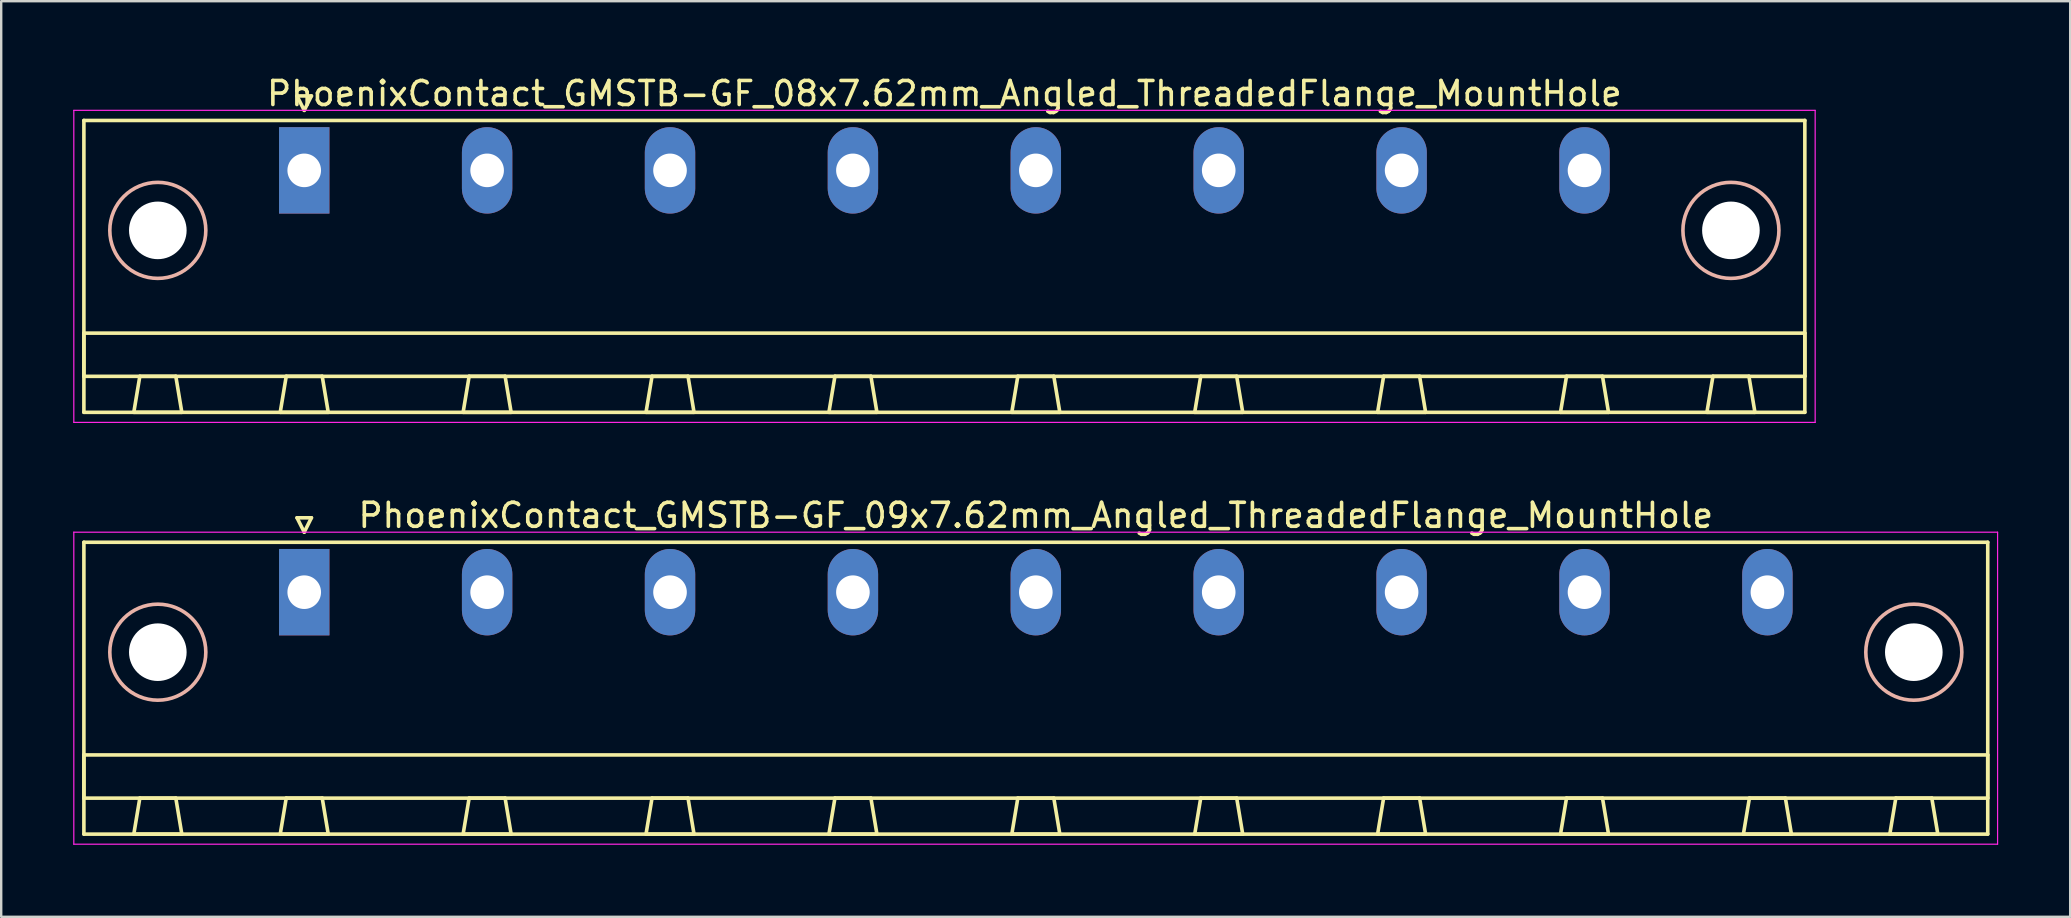
<source format=kicad_pcb>
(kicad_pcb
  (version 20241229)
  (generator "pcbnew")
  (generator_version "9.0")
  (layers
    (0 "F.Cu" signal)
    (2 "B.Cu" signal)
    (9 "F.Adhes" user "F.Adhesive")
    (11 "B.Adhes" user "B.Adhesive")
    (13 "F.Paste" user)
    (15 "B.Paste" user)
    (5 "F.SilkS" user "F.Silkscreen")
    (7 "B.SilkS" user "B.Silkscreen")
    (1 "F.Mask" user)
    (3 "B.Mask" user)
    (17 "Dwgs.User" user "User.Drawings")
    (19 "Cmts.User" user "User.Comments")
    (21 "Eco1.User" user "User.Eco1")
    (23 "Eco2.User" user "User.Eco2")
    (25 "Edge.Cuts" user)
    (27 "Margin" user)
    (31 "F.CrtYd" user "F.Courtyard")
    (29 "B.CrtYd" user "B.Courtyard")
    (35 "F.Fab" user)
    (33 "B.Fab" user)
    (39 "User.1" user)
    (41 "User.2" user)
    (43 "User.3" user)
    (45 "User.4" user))
  (footprint "PhoenixContact_GMSTB-GF_08x7.62mm_Angled_ThreadedFlange_MountHole"
    (layer "F.Cu")
    (at 9.625 4.048)
    (property "Reference" "PhoenixContact_GMSTB-GF_08x7.62mm_Angled_ThreadedFlange_MountHole" (at 26.67 -3.2 0) (layer "F.SilkS") (effects (font (size 1 1) (thickness 0.15))))
    (attr through_hole)
    (fp_line (start -9.18 -2.08) (end -9.18 10.08) (stroke (width 0.15) (type solid)) (layer "F.SilkS"))
    (fp_line (start -9.18 6.78) (end 62.52 6.78) (stroke (width 0.15) (type solid)) (layer "F.SilkS"))
    (fp_line (start -9.18 8.58) (end -9.18 6.78) (stroke (width 0.15) (type solid)) (layer "F.SilkS"))
    (fp_line (start -9.18 10.08) (end 62.52 10.08) (stroke (width 0.15) (type solid)) (layer "F.SilkS"))
    (fp_line (start -7.1 10.08) (end -5.1 10.08) (stroke (width 0.15) (type solid)) (layer "F.SilkS"))
    (fp_line (start -6.85 8.58) (end -7.1 10.08) (stroke (width 0.15) (type solid)) (layer "F.SilkS"))
    (fp_line (start -5.35 8.58) (end -6.85 8.58) (stroke (width 0.15) (type solid)) (layer "F.SilkS"))
    (fp_line (start -5.1 10.08) (end -5.35 8.58) (stroke (width 0.15) (type solid)) (layer "F.SilkS"))
    (fp_line (start -1 10.08) (end 1 10.08) (stroke (width 0.15) (type solid)) (layer "F.SilkS"))
    (fp_line (start -0.75 8.58) (end -1 10.08) (stroke (width 0.15) (type solid)) (layer "F.SilkS"))
    (fp_line (start -0.3 -3.1) (end 0 -2.5) (stroke (width 0.15) (type solid)) (layer "F.SilkS"))
    (fp_line (start 0 -2.5) (end 0.3 -3.1) (stroke (width 0.15) (type solid)) (layer "F.SilkS"))
    (fp_line (start 0.3 -3.1) (end -0.3 -3.1) (stroke (width 0.15) (type solid)) (layer "F.SilkS"))
    (fp_line (start 0.75 8.58) (end -0.75 8.58) (stroke (width 0.15) (type solid)) (layer "F.SilkS"))
    (fp_line (start 1 10.08) (end 0.75 8.58) (stroke (width 0.15) (type solid)) (layer "F.SilkS"))
    (fp_line (start 6.62 10.08) (end 8.62 10.08) (stroke (width 0.15) (type solid)) (layer "F.SilkS"))
    (fp_line (start 6.87 8.58) (end 6.62 10.08) (stroke (width 0.15) (type solid)) (layer "F.SilkS"))
    (fp_line (start 8.37 8.58) (end 6.87 8.58) (stroke (width 0.15) (type solid)) (layer "F.SilkS"))
    (fp_line (start 8.62 10.08) (end 8.37 8.58) (stroke (width 0.15) (type solid)) (layer "F.SilkS"))
    (fp_line (start 14.24 10.08) (end 16.24 10.08) (stroke (width 0.15) (type solid)) (layer "F.SilkS"))
    (fp_line (start 14.49 8.58) (end 14.24 10.08) (stroke (width 0.15) (type solid)) (layer "F.SilkS"))
    (fp_line (start 15.99 8.58) (end 14.49 8.58) (stroke (width 0.15) (type solid)) (layer "F.SilkS"))
    (fp_line (start 16.24 10.08) (end 15.99 8.58) (stroke (width 0.15) (type solid)) (layer "F.SilkS"))
    (fp_line (start 21.86 10.08) (end 23.86 10.08) (stroke (width 0.15) (type solid)) (layer "F.SilkS"))
    (fp_line (start 22.11 8.58) (end 21.86 10.08) (stroke (width 0.15) (type solid)) (layer "F.SilkS"))
    (fp_line (start 23.61 8.58) (end 22.11 8.58) (stroke (width 0.15) (type solid)) (layer "F.SilkS"))
    (fp_line (start 23.86 10.08) (end 23.61 8.58) (stroke (width 0.15) (type solid)) (layer "F.SilkS"))
    (fp_line (start 29.48 10.08) (end 31.48 10.08) (stroke (width 0.15) (type solid)) (layer "F.SilkS"))
    (fp_line (start 29.73 8.58) (end 29.48 10.08) (stroke (width 0.15) (type solid)) (layer "F.SilkS"))
    (fp_line (start 31.23 8.58) (end 29.73 8.58) (stroke (width 0.15) (type solid)) (layer "F.SilkS"))
    (fp_line (start 31.48 10.08) (end 31.23 8.58) (stroke (width 0.15) (type solid)) (layer "F.SilkS"))
    (fp_line (start 37.1 10.08) (end 39.1 10.08) (stroke (width 0.15) (type solid)) (layer "F.SilkS"))
    (fp_line (start 37.35 8.58) (end 37.1 10.08) (stroke (width 0.15) (type solid)) (layer "F.SilkS"))
    (fp_line (start 38.85 8.58) (end 37.35 8.58) (stroke (width 0.15) (type solid)) (layer "F.SilkS"))
    (fp_line (start 39.1 10.08) (end 38.85 8.58) (stroke (width 0.15) (type solid)) (layer "F.SilkS"))
    (fp_line (start 44.72 10.08) (end 46.72 10.08) (stroke (width 0.15) (type solid)) (layer "F.SilkS"))
    (fp_line (start 44.97 8.58) (end 44.72 10.08) (stroke (width 0.15) (type solid)) (layer "F.SilkS"))
    (fp_line (start 46.47 8.58) (end 44.97 8.58) (stroke (width 0.15) (type solid)) (layer "F.SilkS"))
    (fp_line (start 46.72 10.08) (end 46.47 8.58) (stroke (width 0.15) (type solid)) (layer "F.SilkS"))
    (fp_line (start 52.34 10.08) (end 54.34 10.08) (stroke (width 0.15) (type solid)) (layer "F.SilkS"))
    (fp_line (start 52.59 8.58) (end 52.34 10.08) (stroke (width 0.15) (type solid)) (layer "F.SilkS"))
    (fp_line (start 54.09 8.58) (end 52.59 8.58) (stroke (width 0.15) (type solid)) (layer "F.SilkS"))
    (fp_line (start 54.34 10.08) (end 54.09 8.58) (stroke (width 0.15) (type solid)) (layer "F.SilkS"))
    (fp_line (start 58.44 10.08) (end 60.44 10.08) (stroke (width 0.15) (type solid)) (layer "F.SilkS"))
    (fp_line (start 58.69 8.58) (end 58.44 10.08) (stroke (width 0.15) (type solid)) (layer "F.SilkS"))
    (fp_line (start 60.19 8.58) (end 58.69 8.58) (stroke (width 0.15) (type solid)) (layer "F.SilkS"))
    (fp_line (start 60.44 10.08) (end 60.19 8.58) (stroke (width 0.15) (type solid)) (layer "F.SilkS"))
    (fp_line (start 62.52 -2.08) (end -9.18 -2.08) (stroke (width 0.15) (type solid)) (layer "F.SilkS"))
    (fp_line (start 62.52 6.78) (end 62.52 8.58) (stroke (width 0.15) (type solid)) (layer "F.SilkS"))
    (fp_line (start 62.52 8.58) (end -9.18 8.58) (stroke (width 0.15) (type solid)) (layer "F.SilkS"))
    (fp_line (start 62.52 10.08) (end 62.52 -2.08) (stroke (width 0.15) (type solid)) (layer "F.SilkS"))
    (fp_circle (center -6.1 2.5) (end -4.1 2.5) (stroke (width 0.15) (type solid)) (fill no) (layer "B.SilkS"))
    (fp_circle (center 59.44 2.5) (end 61.44 2.5) (stroke (width 0.15) (type solid)) (fill no) (layer "B.SilkS"))
    (fp_line (start -9.6 -2.5) (end -9.6 10.5) (stroke (width 0.05) (type solid)) (layer "F.CrtYd"))
    (fp_line (start -9.6 10.5) (end 62.95 10.5) (stroke (width 0.05) (type solid)) (layer "F.CrtYd"))
    (fp_line (start 62.95 -2.5) (end -9.6 -2.5) (stroke (width 0.05) (type solid)) (layer "F.CrtYd"))
    (fp_line (start 62.95 10.5) (end 62.95 -2.5) (stroke (width 0.05) (type solid)) (layer "F.CrtYd"))
    (pad "" np_thru_hole circle (at -6.1 2.5) (size 2.4 2.4) (drill 2.4) (layers "*.Cu" "*.Mask"))
    (pad "" np_thru_hole circle (at 59.44 2.5) (size 2.4 2.4) (drill 2.4) (layers "*.Cu" "*.Mask"))
    (pad "1" thru_hole rect (at 0 0) (size 2.1 3.6) (drill 1.4) (layers "*.Cu" "*.Mask"))
    (pad "2" thru_hole oval (at 7.62 0) (size 2.1 3.6) (drill 1.4) (layers "*.Cu" "*.Mask"))
    (pad "3" thru_hole oval (at 15.24 0) (size 2.1 3.6) (drill 1.4) (layers "*.Cu" "*.Mask"))
    (pad "4" thru_hole oval (at 22.86 0) (size 2.1 3.6) (drill 1.4) (layers "*.Cu" "*.Mask"))
    (pad "5" thru_hole oval (at 30.48 0) (size 2.1 3.6) (drill 1.4) (layers "*.Cu" "*.Mask"))
    (pad "6" thru_hole oval (at 38.1 0) (size 2.1 3.6) (drill 1.4) (layers "*.Cu" "*.Mask"))
    (pad "7" thru_hole oval (at 45.72 0) (size 2.1 3.6) (drill 1.4) (layers "*.Cu" "*.Mask"))
    (pad "8" thru_hole oval (at 53.34 0) (size 2.1 3.6) (drill 1.4) (layers "*.Cu" "*.Mask")))
  (footprint "PhoenixContact_GMSTB-GF_09x7.62mm_Angled_ThreadedFlange_MountHole"
    (layer "F.Cu")
    (at 9.625 21.622)
    (property "Reference" "PhoenixContact_GMSTB-GF_09x7.62mm_Angled_ThreadedFlange_MountHole" (at 30.48 -3.2 0) (layer "F.SilkS") (effects (font (size 1 1) (thickness 0.15))))
    (attr through_hole)
    (fp_line (start -9.18 -2.08) (end -9.18 10.08) (stroke (width 0.15) (type solid)) (layer "F.SilkS"))
    (fp_line (start -9.18 6.78) (end 70.14 6.78) (stroke (width 0.15) (type solid)) (layer "F.SilkS"))
    (fp_line (start -9.18 8.58) (end -9.18 6.78) (stroke (width 0.15) (type solid)) (layer "F.SilkS"))
    (fp_line (start -9.18 10.08) (end 70.14 10.08) (stroke (width 0.15) (type solid)) (layer "F.SilkS"))
    (fp_line (start -7.1 10.08) (end -5.1 10.08) (stroke (width 0.15) (type solid)) (layer "F.SilkS"))
    (fp_line (start -6.85 8.58) (end -7.1 10.08) (stroke (width 0.15) (type solid)) (layer "F.SilkS"))
    (fp_line (start -5.35 8.58) (end -6.85 8.58) (stroke (width 0.15) (type solid)) (layer "F.SilkS"))
    (fp_line (start -5.1 10.08) (end -5.35 8.58) (stroke (width 0.15) (type solid)) (layer "F.SilkS"))
    (fp_line (start -1 10.08) (end 1 10.08) (stroke (width 0.15) (type solid)) (layer "F.SilkS"))
    (fp_line (start -0.75 8.58) (end -1 10.08) (stroke (width 0.15) (type solid)) (layer "F.SilkS"))
    (fp_line (start -0.3 -3.1) (end 0 -2.5) (stroke (width 0.15) (type solid)) (layer "F.SilkS"))
    (fp_line (start 0 -2.5) (end 0.3 -3.1) (stroke (width 0.15) (type solid)) (layer "F.SilkS"))
    (fp_line (start 0.3 -3.1) (end -0.3 -3.1) (stroke (width 0.15) (type solid)) (layer "F.SilkS"))
    (fp_line (start 0.75 8.58) (end -0.75 8.58) (stroke (width 0.15) (type solid)) (layer "F.SilkS"))
    (fp_line (start 1 10.08) (end 0.75 8.58) (stroke (width 0.15) (type solid)) (layer "F.SilkS"))
    (fp_line (start 6.62 10.08) (end 8.62 10.08) (stroke (width 0.15) (type solid)) (layer "F.SilkS"))
    (fp_line (start 6.87 8.58) (end 6.62 10.08) (stroke (width 0.15) (type solid)) (layer "F.SilkS"))
    (fp_line (start 8.37 8.58) (end 6.87 8.58) (stroke (width 0.15) (type solid)) (layer "F.SilkS"))
    (fp_line (start 8.62 10.08) (end 8.37 8.58) (stroke (width 0.15) (type solid)) (layer "F.SilkS"))
    (fp_line (start 14.24 10.08) (end 16.24 10.08) (stroke (width 0.15) (type solid)) (layer "F.SilkS"))
    (fp_line (start 14.49 8.58) (end 14.24 10.08) (stroke (width 0.15) (type solid)) (layer "F.SilkS"))
    (fp_line (start 15.99 8.58) (end 14.49 8.58) (stroke (width 0.15) (type solid)) (layer "F.SilkS"))
    (fp_line (start 16.24 10.08) (end 15.99 8.58) (stroke (width 0.15) (type solid)) (layer "F.SilkS"))
    (fp_line (start 21.86 10.08) (end 23.86 10.08) (stroke (width 0.15) (type solid)) (layer "F.SilkS"))
    (fp_line (start 22.11 8.58) (end 21.86 10.08) (stroke (width 0.15) (type solid)) (layer "F.SilkS"))
    (fp_line (start 23.61 8.58) (end 22.11 8.58) (stroke (width 0.15) (type solid)) (layer "F.SilkS"))
    (fp_line (start 23.86 10.08) (end 23.61 8.58) (stroke (width 0.15) (type solid)) (layer "F.SilkS"))
    (fp_line (start 29.48 10.08) (end 31.48 10.08) (stroke (width 0.15) (type solid)) (layer "F.SilkS"))
    (fp_line (start 29.73 8.58) (end 29.48 10.08) (stroke (width 0.15) (type solid)) (layer "F.SilkS"))
    (fp_line (start 31.23 8.58) (end 29.73 8.58) (stroke (width 0.15) (type solid)) (layer "F.SilkS"))
    (fp_line (start 31.48 10.08) (end 31.23 8.58) (stroke (width 0.15) (type solid)) (layer "F.SilkS"))
    (fp_line (start 37.1 10.08) (end 39.1 10.08) (stroke (width 0.15) (type solid)) (layer "F.SilkS"))
    (fp_line (start 37.35 8.58) (end 37.1 10.08) (stroke (width 0.15) (type solid)) (layer "F.SilkS"))
    (fp_line (start 38.85 8.58) (end 37.35 8.58) (stroke (width 0.15) (type solid)) (layer "F.SilkS"))
    (fp_line (start 39.1 10.08) (end 38.85 8.58) (stroke (width 0.15) (type solid)) (layer "F.SilkS"))
    (fp_line (start 44.72 10.08) (end 46.72 10.08) (stroke (width 0.15) (type solid)) (layer "F.SilkS"))
    (fp_line (start 44.97 8.58) (end 44.72 10.08) (stroke (width 0.15) (type solid)) (layer "F.SilkS"))
    (fp_line (start 46.47 8.58) (end 44.97 8.58) (stroke (width 0.15) (type solid)) (layer "F.SilkS"))
    (fp_line (start 46.72 10.08) (end 46.47 8.58) (stroke (width 0.15) (type solid)) (layer "F.SilkS"))
    (fp_line (start 52.34 10.08) (end 54.34 10.08) (stroke (width 0.15) (type solid)) (layer "F.SilkS"))
    (fp_line (start 52.59 8.58) (end 52.34 10.08) (stroke (width 0.15) (type solid)) (layer "F.SilkS"))
    (fp_line (start 54.09 8.58) (end 52.59 8.58) (stroke (width 0.15) (type solid)) (layer "F.SilkS"))
    (fp_line (start 54.34 10.08) (end 54.09 8.58) (stroke (width 0.15) (type solid)) (layer "F.SilkS"))
    (fp_line (start 59.96 10.08) (end 61.96 10.08) (stroke (width 0.15) (type solid)) (layer "F.SilkS"))
    (fp_line (start 60.21 8.58) (end 59.96 10.08) (stroke (width 0.15) (type solid)) (layer "F.SilkS"))
    (fp_line (start 61.71 8.58) (end 60.21 8.58) (stroke (width 0.15) (type solid)) (layer "F.SilkS"))
    (fp_line (start 61.96 10.08) (end 61.71 8.58) (stroke (width 0.15) (type solid)) (layer "F.SilkS"))
    (fp_line (start 66.06 10.08) (end 68.06 10.08) (stroke (width 0.15) (type solid)) (layer "F.SilkS"))
    (fp_line (start 66.31 8.58) (end 66.06 10.08) (stroke (width 0.15) (type solid)) (layer "F.SilkS"))
    (fp_line (start 67.81 8.58) (end 66.31 8.58) (stroke (width 0.15) (type solid)) (layer "F.SilkS"))
    (fp_line (start 68.06 10.08) (end 67.81 8.58) (stroke (width 0.15) (type solid)) (layer "F.SilkS"))
    (fp_line (start 70.14 -2.08) (end -9.18 -2.08) (stroke (width 0.15) (type solid)) (layer "F.SilkS"))
    (fp_line (start 70.14 6.78) (end 70.14 8.58) (stroke (width 0.15) (type solid)) (layer "F.SilkS"))
    (fp_line (start 70.14 8.58) (end -9.18 8.58) (stroke (width 0.15) (type solid)) (layer "F.SilkS"))
    (fp_line (start 70.14 10.08) (end 70.14 -2.08) (stroke (width 0.15) (type solid)) (layer "F.SilkS"))
    (fp_circle (center -6.1 2.5) (end -4.1 2.5) (stroke (width 0.15) (type solid)) (fill no) (layer "B.SilkS"))
    (fp_circle (center 67.06 2.5) (end 69.06 2.5) (stroke (width 0.15) (type solid)) (fill no) (layer "B.SilkS"))
    (fp_line (start -9.6 -2.5) (end -9.6 10.5) (stroke (width 0.05) (type solid)) (layer "F.CrtYd"))
    (fp_line (start -9.6 10.5) (end 70.55 10.5) (stroke (width 0.05) (type solid)) (layer "F.CrtYd"))
    (fp_line (start 70.55 -2.5) (end -9.6 -2.5) (stroke (width 0.05) (type solid)) (layer "F.CrtYd"))
    (fp_line (start 70.55 10.5) (end 70.55 -2.5) (stroke (width 0.05) (type solid)) (layer "F.CrtYd"))
    (pad "" np_thru_hole circle (at -6.1 2.5) (size 2.4 2.4) (drill 2.4) (layers "*.Cu" "*.Mask"))
    (pad "" np_thru_hole circle (at 67.06 2.5) (size 2.4 2.4) (drill 2.4) (layers "*.Cu" "*.Mask"))
    (pad "1" thru_hole rect (at 0 0) (size 2.1 3.6) (drill 1.4) (layers "*.Cu" "*.Mask"))
    (pad "2" thru_hole oval (at 7.62 0) (size 2.1 3.6) (drill 1.4) (layers "*.Cu" "*.Mask"))
    (pad "3" thru_hole oval (at 15.24 0) (size 2.1 3.6) (drill 1.4) (layers "*.Cu" "*.Mask"))
    (pad "4" thru_hole oval (at 22.86 0) (size 2.1 3.6) (drill 1.4) (layers "*.Cu" "*.Mask"))
    (pad "5" thru_hole oval (at 30.48 0) (size 2.1 3.6) (drill 1.4) (layers "*.Cu" "*.Mask"))
    (pad "6" thru_hole oval (at 38.1 0) (size 2.1 3.6) (drill 1.4) (layers "*.Cu" "*.Mask"))
    (pad "7" thru_hole oval (at 45.72 0) (size 2.1 3.6) (drill 1.4) (layers "*.Cu" "*.Mask"))
    (pad "8" thru_hole oval (at 53.34 0) (size 2.1 3.6) (drill 1.4) (layers "*.Cu" "*.Mask"))
    (pad "9" thru_hole oval (at 60.96 0) (size 2.1 3.6) (drill 1.4) (layers "*.Cu" "*.Mask")))
  (gr_rect
    (start -3 -3)
    (end 83.2 35.147)
    (stroke (width 0.1) (type default))
    (fill no)
    (layer "Edge.Cuts")))
</source>
